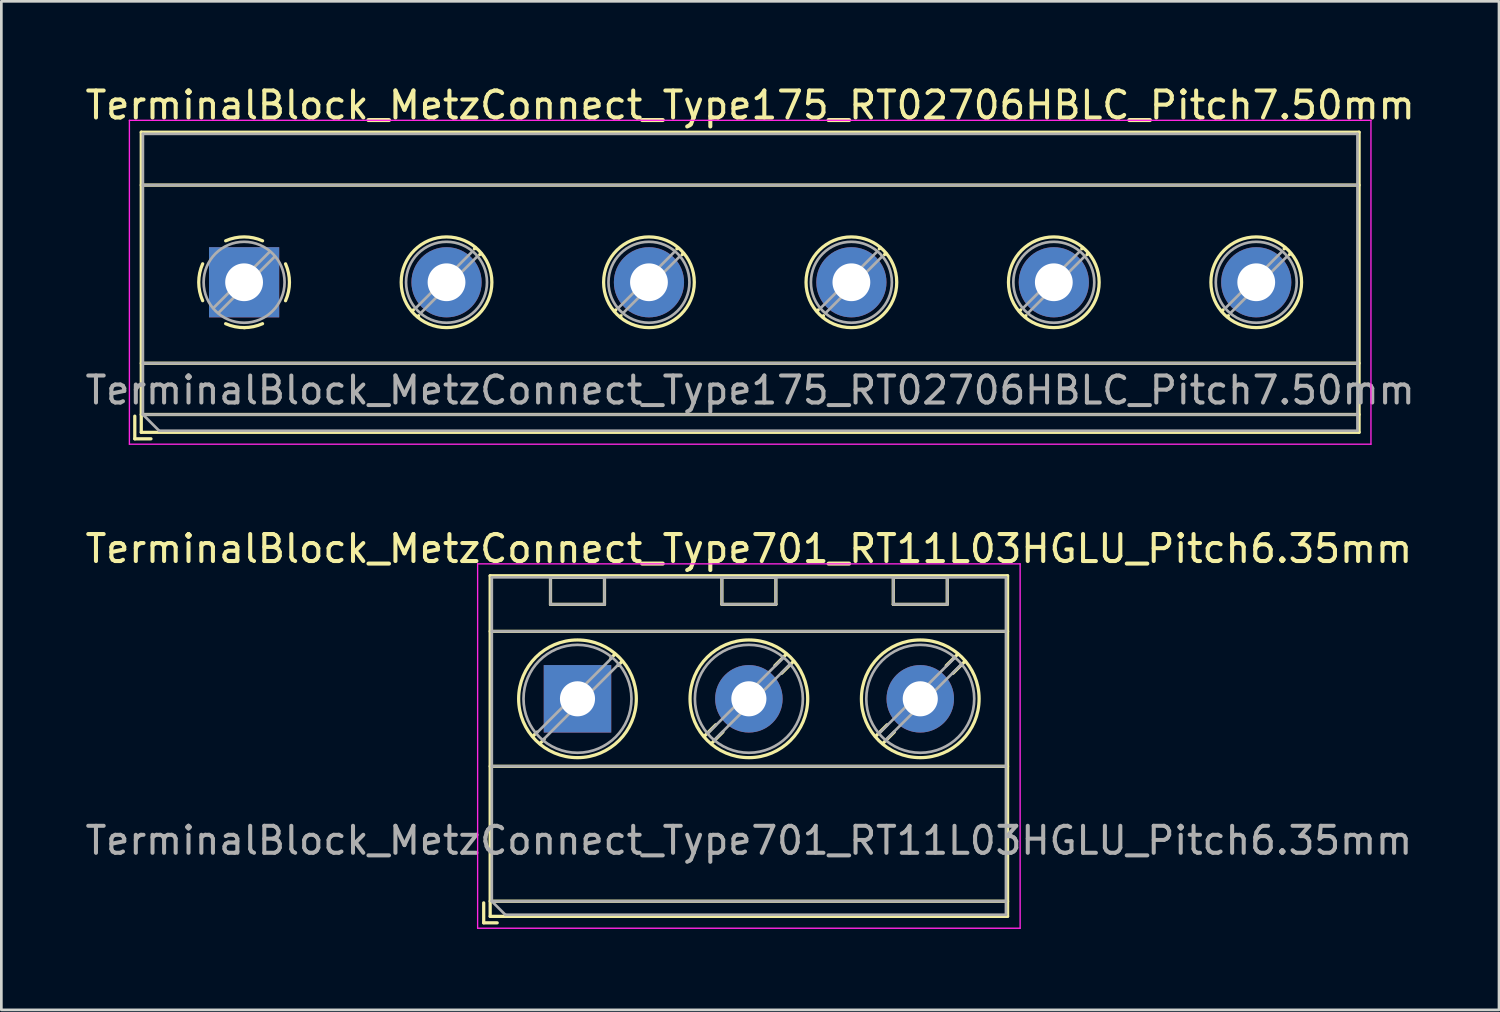
<source format=kicad_pcb>
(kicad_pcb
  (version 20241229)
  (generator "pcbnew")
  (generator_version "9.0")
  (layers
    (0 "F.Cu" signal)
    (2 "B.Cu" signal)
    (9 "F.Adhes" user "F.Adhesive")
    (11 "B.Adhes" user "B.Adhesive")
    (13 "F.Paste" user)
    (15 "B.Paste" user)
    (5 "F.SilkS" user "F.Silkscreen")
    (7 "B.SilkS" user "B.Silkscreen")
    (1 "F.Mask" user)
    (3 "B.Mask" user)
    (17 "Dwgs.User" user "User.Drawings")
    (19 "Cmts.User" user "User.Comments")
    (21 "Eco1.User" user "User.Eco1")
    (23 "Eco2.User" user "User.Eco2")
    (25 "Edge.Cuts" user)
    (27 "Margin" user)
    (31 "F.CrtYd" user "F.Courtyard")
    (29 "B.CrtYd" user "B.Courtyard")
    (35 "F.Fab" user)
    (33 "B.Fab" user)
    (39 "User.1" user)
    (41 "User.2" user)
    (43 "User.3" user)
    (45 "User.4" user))
  (footprint "TerminalBlock_MetzConnect_Type175_RT02706HBLC_Pitch7.50mm"
    (layer "F.Cu")
    (at 5.994 7.408)
    (property "Reference" "TerminalBlock_MetzConnect_Type175_RT02706HBLC_Pitch7.50mm" (at 18.75 -6.56 0) (layer "F.SilkS") (effects (font (size 1 1) (thickness 0.15))))
    (attr through_hole)
    (fp_line (start -4.05 4.96) (end -4.05 5.8) (stroke (width 0.12) (type solid)) (layer "F.SilkS"))
    (fp_line (start -4.05 5.8) (end -3.45 5.8) (stroke (width 0.12) (type solid)) (layer "F.SilkS"))
    (fp_line (start -3.81 -5.56) (end -3.81 5.56) (stroke (width 0.12) (type solid)) (layer "F.SilkS"))
    (fp_line (start -3.81 -3.6) (end 41.31 -3.6) (stroke (width 0.12) (type solid)) (layer "F.SilkS"))
    (fp_line (start -3.81 3) (end 41.31 3) (stroke (width 0.12) (type solid)) (layer "F.SilkS"))
    (fp_line (start -3.81 4.9) (end 41.31 4.9) (stroke (width 0.12) (type solid)) (layer "F.SilkS"))
    (fp_line (start -3.81 5.56) (end 41.31 5.56) (stroke (width 0.12) (type solid)) (layer "F.SilkS"))
    (fp_line (start 6.273 1.023) (end 6.226 1.069) (stroke (width 0.12) (type solid)) (layer "F.SilkS"))
    (fp_line (start 6.466 1.239) (end 6.431 1.274) (stroke (width 0.12) (type solid)) (layer "F.SilkS"))
    (fp_line (start 8.57 -1.275) (end 8.535 -1.239) (stroke (width 0.12) (type solid)) (layer "F.SilkS"))
    (fp_line (start 8.775 -1.069) (end 8.728 -1.023) (stroke (width 0.12) (type solid)) (layer "F.SilkS"))
    (fp_line (start 13.773 1.023) (end 13.726 1.069) (stroke (width 0.12) (type solid)) (layer "F.SilkS"))
    (fp_line (start 13.966 1.239) (end 13.931 1.274) (stroke (width 0.12) (type solid)) (layer "F.SilkS"))
    (fp_line (start 16.07 -1.275) (end 16.035 -1.239) (stroke (width 0.12) (type solid)) (layer "F.SilkS"))
    (fp_line (start 16.275 -1.069) (end 16.228 -1.023) (stroke (width 0.12) (type solid)) (layer "F.SilkS"))
    (fp_line (start 21.273 1.023) (end 21.226 1.069) (stroke (width 0.12) (type solid)) (layer "F.SilkS"))
    (fp_line (start 21.466 1.239) (end 21.431 1.274) (stroke (width 0.12) (type solid)) (layer "F.SilkS"))
    (fp_line (start 23.57 -1.275) (end 23.535 -1.239) (stroke (width 0.12) (type solid)) (layer "F.SilkS"))
    (fp_line (start 23.775 -1.069) (end 23.728 -1.023) (stroke (width 0.12) (type solid)) (layer "F.SilkS"))
    (fp_line (start 28.773 1.023) (end 28.726 1.069) (stroke (width 0.12) (type solid)) (layer "F.SilkS"))
    (fp_line (start 28.966 1.239) (end 28.931 1.274) (stroke (width 0.12) (type solid)) (layer "F.SilkS"))
    (fp_line (start 31.07 -1.275) (end 31.035 -1.239) (stroke (width 0.12) (type solid)) (layer "F.SilkS"))
    (fp_line (start 31.275 -1.069) (end 31.228 -1.023) (stroke (width 0.12) (type solid)) (layer "F.SilkS"))
    (fp_line (start 36.273 1.023) (end 36.226 1.069) (stroke (width 0.12) (type solid)) (layer "F.SilkS"))
    (fp_line (start 36.466 1.239) (end 36.431 1.274) (stroke (width 0.12) (type solid)) (layer "F.SilkS"))
    (fp_line (start 38.57 -1.275) (end 38.535 -1.239) (stroke (width 0.12) (type solid)) (layer "F.SilkS"))
    (fp_line (start 38.775 -1.069) (end 38.728 -1.023) (stroke (width 0.12) (type solid)) (layer "F.SilkS"))
    (fp_line (start 41.31 -5.56) (end -3.81 -5.56) (stroke (width 0.12) (type solid)) (layer "F.SilkS"))
    (fp_line (start 41.31 5.56) (end 41.31 -5.56) (stroke (width 0.12) (type solid)) (layer "F.SilkS"))
    (fp_arc (start -1.535427 0.683042) (mid -1.680501 -0.000524) (end -1.535 -0.684) (stroke (width 0.12) (type solid)) (layer "F.SilkS"))
    (fp_arc (start -0.683042 -1.535427) (mid 0.000524 -1.680501) (end 0.684 -1.535) (stroke (width 0.12) (type solid)) (layer "F.SilkS"))
    (fp_arc (start 0.028805 1.680253) (mid -0.335551 1.646659) (end -0.684 1.535) (stroke (width 0.12) (type solid)) (layer "F.SilkS"))
    (fp_arc (start 0.683318 1.534756) (mid 0.349292 1.643288) (end 0 1.68) (stroke (width 0.12) (type solid)) (layer "F.SilkS"))
    (fp_arc (start 1.535427 -0.683042) (mid 1.680501 0.000524) (end 1.535 0.684) (stroke (width 0.12) (type solid)) (layer "F.SilkS"))
    (fp_circle (center 7.5 0) (end 9.18 0) (stroke (width 0.12) (type solid)) (fill no) (layer "F.SilkS"))
    (fp_circle (center 15 0) (end 16.68 0) (stroke (width 0.12) (type solid)) (fill no) (layer "F.SilkS"))
    (fp_circle (center 22.5 0) (end 24.18 0) (stroke (width 0.12) (type solid)) (fill no) (layer "F.SilkS"))
    (fp_circle (center 30 0) (end 31.68 0) (stroke (width 0.12) (type solid)) (fill no) (layer "F.SilkS"))
    (fp_circle (center 37.5 0) (end 39.18 0) (stroke (width 0.12) (type solid)) (fill no) (layer "F.SilkS"))
    (fp_line (start -4.25 -6) (end -4.25 6) (stroke (width 0.05) (type solid)) (layer "F.CrtYd"))
    (fp_line (start -4.25 6) (end 41.75 6) (stroke (width 0.05) (type solid)) (layer "F.CrtYd"))
    (fp_line (start 41.75 -6) (end -4.25 -6) (stroke (width 0.05) (type solid)) (layer "F.CrtYd"))
    (fp_line (start 41.75 6) (end 41.75 -6) (stroke (width 0.05) (type solid)) (layer "F.CrtYd"))
    (fp_line (start -3.75 -5.5) (end 41.25 -5.5) (stroke (width 0.1) (type solid)) (layer "F.Fab"))
    (fp_line (start -3.75 -3.6) (end 41.25 -3.6) (stroke (width 0.1) (type solid)) (layer "F.Fab"))
    (fp_line (start -3.75 3) (end 41.25 3) (stroke (width 0.1) (type solid)) (layer "F.Fab"))
    (fp_line (start -3.75 4.9) (end -3.75 -5.5) (stroke (width 0.1) (type solid)) (layer "F.Fab"))
    (fp_line (start -3.75 4.9) (end 41.25 4.9) (stroke (width 0.1) (type solid)) (layer "F.Fab"))
    (fp_line (start -3.15 5.5) (end -3.75 4.9) (stroke (width 0.1) (type solid)) (layer "F.Fab"))
    (fp_line (start 0.955 -1.138) (end -1.138 0.955) (stroke (width 0.1) (type solid)) (layer "F.Fab"))
    (fp_line (start 1.138 -0.955) (end -0.955 1.138) (stroke (width 0.1) (type solid)) (layer "F.Fab"))
    (fp_line (start 8.455 -1.138) (end 6.363 0.955) (stroke (width 0.1) (type solid)) (layer "F.Fab"))
    (fp_line (start 8.638 -0.955) (end 6.546 1.138) (stroke (width 0.1) (type solid)) (layer "F.Fab"))
    (fp_line (start 15.955 -1.138) (end 13.863 0.955) (stroke (width 0.1) (type solid)) (layer "F.Fab"))
    (fp_line (start 16.138 -0.955) (end 14.046 1.138) (stroke (width 0.1) (type solid)) (layer "F.Fab"))
    (fp_line (start 23.455 -1.138) (end 21.363 0.955) (stroke (width 0.1) (type solid)) (layer "F.Fab"))
    (fp_line (start 23.638 -0.955) (end 21.546 1.138) (stroke (width 0.1) (type solid)) (layer "F.Fab"))
    (fp_line (start 30.955 -1.138) (end 28.863 0.955) (stroke (width 0.1) (type solid)) (layer "F.Fab"))
    (fp_line (start 31.138 -0.955) (end 29.046 1.138) (stroke (width 0.1) (type solid)) (layer "F.Fab"))
    (fp_line (start 38.455 -1.138) (end 36.363 0.955) (stroke (width 0.1) (type solid)) (layer "F.Fab"))
    (fp_line (start 38.638 -0.955) (end 36.546 1.138) (stroke (width 0.1) (type solid)) (layer "F.Fab"))
    (fp_line (start 41.25 -5.5) (end 41.25 5.5) (stroke (width 0.1) (type solid)) (layer "F.Fab"))
    (fp_line (start 41.25 5.5) (end -3.15 5.5) (stroke (width 0.1) (type solid)) (layer "F.Fab"))
    (fp_circle (center 0 0) (end 1.5 0) (stroke (width 0.1) (type solid)) (fill no) (layer "F.Fab"))
    (fp_circle (center 7.5 0) (end 9 0) (stroke (width 0.1) (type solid)) (fill no) (layer "F.Fab"))
    (fp_circle (center 15 0) (end 16.5 0) (stroke (width 0.1) (type solid)) (fill no) (layer "F.Fab"))
    (fp_circle (center 22.5 0) (end 24 0) (stroke (width 0.1) (type solid)) (fill no) (layer "F.Fab"))
    (fp_circle (center 30 0) (end 31.5 0) (stroke (width 0.1) (type solid)) (fill no) (layer "F.Fab"))
    (fp_circle (center 37.5 0) (end 39 0) (stroke (width 0.1) (type solid)) (fill no) (layer "F.Fab"))
    (fp_text user "${REFERENCE}" (at 18.75 4 0) (layer "F.Fab") (effects (font (size 1 1) (thickness 0.15))))
    (pad "1" thru_hole rect (at 0 0) (size 2.6 2.6) (drill 1.4) (layers "*.Cu" "*.Mask"))
    (pad "2" thru_hole circle (at 7.5 0) (size 2.6 2.6) (drill 1.4) (layers "*.Cu" "*.Mask"))
    (pad "3" thru_hole circle (at 15 0) (size 2.6 2.6) (drill 1.4) (layers "*.Cu" "*.Mask"))
    (pad "4" thru_hole circle (at 22.5 0) (size 2.6 2.6) (drill 1.4) (layers "*.Cu" "*.Mask"))
    (pad "5" thru_hole circle (at 30 0) (size 2.6 2.6) (drill 1.4) (layers "*.Cu" "*.Mask"))
    (pad "6" thru_hole circle (at 37.5 0) (size 2.6 2.6) (drill 1.4) (layers "*.Cu" "*.Mask")))
  (footprint "TerminalBlock_MetzConnect_Type701_RT11L03HGLU_Pitch6.35mm"
    (layer "F.Cu")
    (at 18.346 22.841)
    (property "Reference" "TerminalBlock_MetzConnect_Type701_RT11L03HGLU_Pitch6.35mm" (at 6.35 -5.56 0) (layer "F.SilkS") (effects (font (size 1 1) (thickness 0.15))))
    (attr through_hole)
    (fp_line (start -3.475 7.56) (end -3.475 8.3) (stroke (width 0.12) (type solid)) (layer "F.SilkS"))
    (fp_line (start -3.475 8.3) (end -2.975 8.3) (stroke (width 0.12) (type solid)) (layer "F.SilkS"))
    (fp_line (start -3.235 -4.56) (end -3.235 8.06) (stroke (width 0.12) (type solid)) (layer "F.SilkS"))
    (fp_line (start -3.235 -2.5) (end 15.935 -2.5) (stroke (width 0.12) (type solid)) (layer "F.SilkS"))
    (fp_line (start -3.235 2.5) (end 15.935 2.5) (stroke (width 0.12) (type solid)) (layer "F.SilkS"))
    (fp_line (start -3.235 7.5) (end 15.935 7.5) (stroke (width 0.12) (type solid)) (layer "F.SilkS"))
    (fp_line (start -3.235 8.06) (end 15.935 8.06) (stroke (width 0.12) (type solid)) (layer "F.SilkS"))
    (fp_line (start -1.502 1.235) (end -1.654 1.388) (stroke (width 0.12) (type solid)) (layer "F.SilkS"))
    (fp_line (start -1.236 1.502) (end -1.388 1.654) (stroke (width 0.12) (type solid)) (layer "F.SilkS"))
    (fp_line (start -1 -4.5) (end -1 -3.5) (stroke (width 0.12) (type solid)) (layer "F.SilkS"))
    (fp_line (start -1 -4.5) (end 1 -4.5) (stroke (width 0.12) (type solid)) (layer "F.SilkS"))
    (fp_line (start -1 -3.5) (end 1 -3.5) (stroke (width 0.12) (type solid)) (layer "F.SilkS"))
    (fp_line (start 1 -4.5) (end 1 -3.5) (stroke (width 0.12) (type solid)) (layer "F.SilkS"))
    (fp_line (start 1.388 -1.654) (end 1.236 -1.502) (stroke (width 0.12) (type solid)) (layer "F.SilkS"))
    (fp_line (start 1.654 -1.388) (end 1.502 -1.236) (stroke (width 0.12) (type solid)) (layer "F.SilkS"))
    (fp_line (start 5.123 0.962) (end 4.697 1.388) (stroke (width 0.12) (type solid)) (layer "F.SilkS"))
    (fp_line (start 5.35 -4.5) (end 5.35 -3.5) (stroke (width 0.12) (type solid)) (layer "F.SilkS"))
    (fp_line (start 5.35 -4.5) (end 7.35 -4.5) (stroke (width 0.12) (type solid)) (layer "F.SilkS"))
    (fp_line (start 5.35 -3.5) (end 7.35 -3.5) (stroke (width 0.12) (type solid)) (layer "F.SilkS"))
    (fp_line (start 5.389 1.228) (end 4.963 1.654) (stroke (width 0.12) (type solid)) (layer "F.SilkS"))
    (fp_line (start 7.35 -4.5) (end 7.35 -3.5) (stroke (width 0.12) (type solid)) (layer "F.SilkS"))
    (fp_line (start 7.738 -1.654) (end 7.312 -1.228) (stroke (width 0.12) (type solid)) (layer "F.SilkS"))
    (fp_line (start 8.004 -1.388) (end 7.563 -0.947) (stroke (width 0.12) (type solid)) (layer "F.SilkS"))
    (fp_line (start 11.473 0.962) (end 11.047 1.388) (stroke (width 0.12) (type solid)) (layer "F.SilkS"))
    (fp_line (start 11.7 -4.5) (end 11.7 -3.5) (stroke (width 0.12) (type solid)) (layer "F.SilkS"))
    (fp_line (start 11.7 -4.5) (end 13.7 -4.5) (stroke (width 0.12) (type solid)) (layer "F.SilkS"))
    (fp_line (start 11.7 -3.5) (end 13.7 -3.5) (stroke (width 0.12) (type solid)) (layer "F.SilkS"))
    (fp_line (start 11.739 1.228) (end 11.313 1.654) (stroke (width 0.12) (type solid)) (layer "F.SilkS"))
    (fp_line (start 13.7 -4.5) (end 13.7 -3.5) (stroke (width 0.12) (type solid)) (layer "F.SilkS"))
    (fp_line (start 14.088 -1.654) (end 13.662 -1.228) (stroke (width 0.12) (type solid)) (layer "F.SilkS"))
    (fp_line (start 14.354 -1.388) (end 13.913 -0.947) (stroke (width 0.12) (type solid)) (layer "F.SilkS"))
    (fp_line (start 15.935 -4.56) (end -3.235 -4.56) (stroke (width 0.12) (type solid)) (layer "F.SilkS"))
    (fp_line (start 15.935 8.06) (end 15.935 -4.56) (stroke (width 0.12) (type solid)) (layer "F.SilkS"))
    (fp_circle (center 0 0) (end 2.18 0) (stroke (width 0.12) (type solid)) (fill no) (layer "F.SilkS"))
    (fp_circle (center 6.35 0) (end 8.53 0) (stroke (width 0.12) (type solid)) (fill no) (layer "F.SilkS"))
    (fp_circle (center 12.7 0) (end 14.88 0) (stroke (width 0.12) (type solid)) (fill no) (layer "F.SilkS"))
    (fp_line (start -3.7 -5) (end -3.7 8.5) (stroke (width 0.05) (type solid)) (layer "F.CrtYd"))
    (fp_line (start -3.7 8.5) (end 16.4 8.5) (stroke (width 0.05) (type solid)) (layer "F.CrtYd"))
    (fp_line (start 16.4 -5) (end -3.7 -5) (stroke (width 0.05) (type solid)) (layer "F.CrtYd"))
    (fp_line (start 16.4 8.5) (end 16.4 -5) (stroke (width 0.05) (type solid)) (layer "F.CrtYd"))
    (fp_line (start -3.175 -4.5) (end 15.875 -4.5) (stroke (width 0.1) (type solid)) (layer "F.Fab"))
    (fp_line (start -3.175 -2.5) (end 15.875 -2.5) (stroke (width 0.1) (type solid)) (layer "F.Fab"))
    (fp_line (start -3.175 2.5) (end 15.875 2.5) (stroke (width 0.1) (type solid)) (layer "F.Fab"))
    (fp_line (start -3.175 7.5) (end -3.175 -4.5) (stroke (width 0.1) (type solid)) (layer "F.Fab"))
    (fp_line (start -3.175 7.5) (end 15.875 7.5) (stroke (width 0.1) (type solid)) (layer "F.Fab"))
    (fp_line (start -2.675 8) (end -3.175 7.5) (stroke (width 0.1) (type solid)) (layer "F.Fab"))
    (fp_line (start -1 -4.5) (end -1 -3.5) (stroke (width 0.1) (type solid)) (layer "F.Fab"))
    (fp_line (start -1 -3.5) (end 1 -3.5) (stroke (width 0.1) (type solid)) (layer "F.Fab"))
    (fp_line (start 1 -4.5) (end -1 -4.5) (stroke (width 0.1) (type solid)) (layer "F.Fab"))
    (fp_line (start 1 -3.5) (end 1 -4.5) (stroke (width 0.1) (type solid)) (layer "F.Fab"))
    (fp_line (start 1.273 -1.517) (end -1.517 1.273) (stroke (width 0.1) (type solid)) (layer "F.Fab"))
    (fp_line (start 1.517 -1.273) (end -1.273 1.517) (stroke (width 0.1) (type solid)) (layer "F.Fab"))
    (fp_line (start 5.35 -4.5) (end 5.35 -3.5) (stroke (width 0.1) (type solid)) (layer "F.Fab"))
    (fp_line (start 5.35 -3.5) (end 7.35 -3.5) (stroke (width 0.1) (type solid)) (layer "F.Fab"))
    (fp_line (start 7.35 -4.5) (end 5.35 -4.5) (stroke (width 0.1) (type solid)) (layer "F.Fab"))
    (fp_line (start 7.35 -3.5) (end 7.35 -4.5) (stroke (width 0.1) (type solid)) (layer "F.Fab"))
    (fp_line (start 7.623 -1.517) (end 4.834 1.273) (stroke (width 0.1) (type solid)) (layer "F.Fab"))
    (fp_line (start 7.867 -1.273) (end 5.078 1.517) (stroke (width 0.1) (type solid)) (layer "F.Fab"))
    (fp_line (start 11.7 -4.5) (end 11.7 -3.5) (stroke (width 0.1) (type solid)) (layer "F.Fab"))
    (fp_line (start 11.7 -3.5) (end 13.7 -3.5) (stroke (width 0.1) (type solid)) (layer "F.Fab"))
    (fp_line (start 13.7 -4.5) (end 11.7 -4.5) (stroke (width 0.1) (type solid)) (layer "F.Fab"))
    (fp_line (start 13.7 -3.5) (end 13.7 -4.5) (stroke (width 0.1) (type solid)) (layer "F.Fab"))
    (fp_line (start 13.973 -1.517) (end 11.184 1.273) (stroke (width 0.1) (type solid)) (layer "F.Fab"))
    (fp_line (start 14.217 -1.273) (end 11.428 1.517) (stroke (width 0.1) (type solid)) (layer "F.Fab"))
    (fp_line (start 15.875 -4.5) (end 15.875 8) (stroke (width 0.1) (type solid)) (layer "F.Fab"))
    (fp_line (start 15.875 8) (end -2.675 8) (stroke (width 0.1) (type solid)) (layer "F.Fab"))
    (fp_circle (center 0 0) (end 2 0) (stroke (width 0.1) (type solid)) (fill no) (layer "F.Fab"))
    (fp_circle (center 6.35 0) (end 8.35 0) (stroke (width 0.1) (type solid)) (fill no) (layer "F.Fab"))
    (fp_circle (center 12.7 0) (end 14.7 0) (stroke (width 0.1) (type solid)) (fill no) (layer "F.Fab"))
    (fp_text user "${REFERENCE}" (at 6.35 5.25 0) (layer "F.Fab") (effects (font (size 1 1) (thickness 0.15))))
    (pad "1" thru_hole rect (at 0 0) (size 2.5 2.5) (drill 1.3) (layers "*.Cu" "*.Mask"))
    (pad "2" thru_hole circle (at 6.35 0) (size 2.5 2.5) (drill 1.3) (layers "*.Cu" "*.Mask"))
    (pad "3" thru_hole circle (at 12.7 0) (size 2.5 2.5) (drill 1.3) (layers "*.Cu" "*.Mask")))
  (gr_rect
    (start -3 -3)
    (end 52.488 34.367)
    (stroke (width 0.1) (type default))
    (fill no)
    (layer "Edge.Cuts")))
</source>
